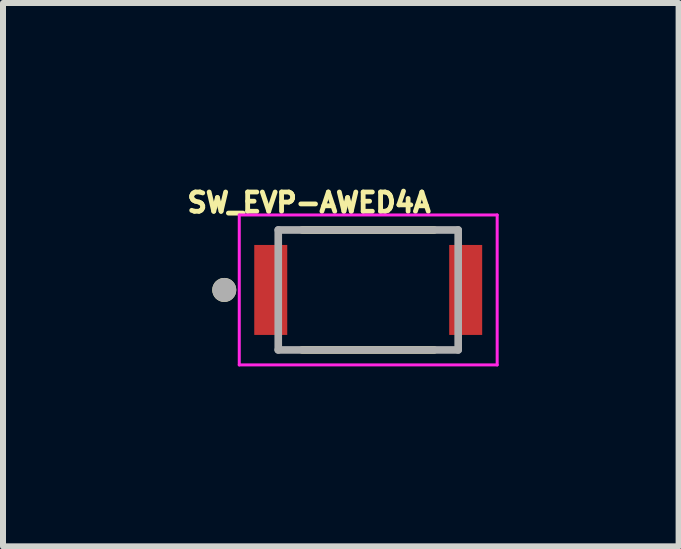
<source format=kicad_pcb>
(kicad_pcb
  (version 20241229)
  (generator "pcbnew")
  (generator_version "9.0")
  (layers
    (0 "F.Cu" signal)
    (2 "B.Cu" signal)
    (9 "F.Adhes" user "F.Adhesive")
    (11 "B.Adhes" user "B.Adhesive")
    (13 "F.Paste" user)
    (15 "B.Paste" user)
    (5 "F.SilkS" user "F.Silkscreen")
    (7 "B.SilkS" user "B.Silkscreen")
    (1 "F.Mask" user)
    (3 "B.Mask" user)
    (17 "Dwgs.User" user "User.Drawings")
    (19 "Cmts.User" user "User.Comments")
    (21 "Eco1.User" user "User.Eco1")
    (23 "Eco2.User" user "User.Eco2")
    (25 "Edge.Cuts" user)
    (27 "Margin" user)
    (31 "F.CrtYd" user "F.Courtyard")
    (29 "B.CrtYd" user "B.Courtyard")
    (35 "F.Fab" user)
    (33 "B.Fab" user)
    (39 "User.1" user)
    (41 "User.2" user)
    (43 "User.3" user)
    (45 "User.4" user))
  (footprint "SW_EVP-AWED4A"
    (layer "F.Cu")
    (at 3.089 1.784)
    (property "Reference" "SW_EVP-AWED4A" (at -0.986 -1.456 0) (layer "F.SilkS") (effects (font (size 0.321 0.321) (thickness 0.15))))
    (attr smd)
    (fp_line (start -1.1 -1) (end 1.1 -1) (stroke (width 0.127) (type solid)) (layer "F.SilkS"))
    (fp_line (start 1.1 1) (end -1.1 1) (stroke (width 0.127) (type solid)) (layer "F.SilkS"))
    (fp_circle (center -2.4 0) (end -2.3 0) (stroke (width 0.2) (type solid)) (fill no) (layer "F.SilkS"))
    (fp_line (start -2.15 -1.25) (end 2.15 -1.25) (stroke (width 0.05) (type solid)) (layer "F.CrtYd"))
    (fp_line (start -2.15 1.25) (end -2.15 -1.25) (stroke (width 0.05) (type solid)) (layer "F.CrtYd"))
    (fp_line (start 2.15 -1.25) (end 2.15 1.25) (stroke (width 0.05) (type solid)) (layer "F.CrtYd"))
    (fp_line (start 2.15 1.25) (end -2.15 1.25) (stroke (width 0.05) (type solid)) (layer "F.CrtYd"))
    (fp_line (start -1.5 -1) (end 1.5 -1) (stroke (width 0.127) (type solid)) (layer "F.Fab"))
    (fp_line (start -1.5 1) (end -1.5 -1) (stroke (width 0.127) (type solid)) (layer "F.Fab"))
    (fp_line (start 1.5 -1) (end 1.5 1) (stroke (width 0.127) (type solid)) (layer "F.Fab"))
    (fp_line (start 1.5 1) (end -1.5 1) (stroke (width 0.127) (type solid)) (layer "F.Fab"))
    (fp_circle (center -2.4 0) (end -2.3 0) (stroke (width 0.2) (type solid)) (fill no) (layer "F.Fab"))
    (pad "1" smd rect (at -1.625 0) (size 0.55 1.5) (layers "F.Cu" "F.Mask" "F.Paste"))
    (pad "2" smd rect (at 1.625 0) (size 0.55 1.5) (layers "F.Cu" "F.Mask" "F.Paste"))
    (zone (net_name "") (layer "F.Cu") (hatch full 0.508) (connect_pads) (min_thickness 0.01) (filled_areas_thickness no) (keepout (tracks not_allowed) (vias not_allowed) (pads not_allowed) (copperpour not_allowed) (footprints allowed)) (placement (enabled no)) (fill) (polygon (pts (xy 2.139 0.784) (xy 4.039 0.784) (xy 4.039 2.784) (xy 2.139 2.784))))
    (zone (net_name "") (layers "F.Cu" "B.Cu") (hatch full 0.508) (connect_pads) (min_thickness 0.01) (filled_areas_thickness no) (keepout (tracks allowed) (vias not_allowed) (pads allowed) (copperpour allowed) (footprints allowed)) (placement (enabled no)) (fill) (polygon (pts (xy 2.139 0.784) (xy 4.039 0.784) (xy 4.039 2.784) (xy 2.139 2.784)))))
  (gr_rect
    (start -3 -3)
    (end 8.264 6.059)
    (stroke (width 0.1) (type default))
    (fill no)
    (layer "Edge.Cuts")))
</source>
